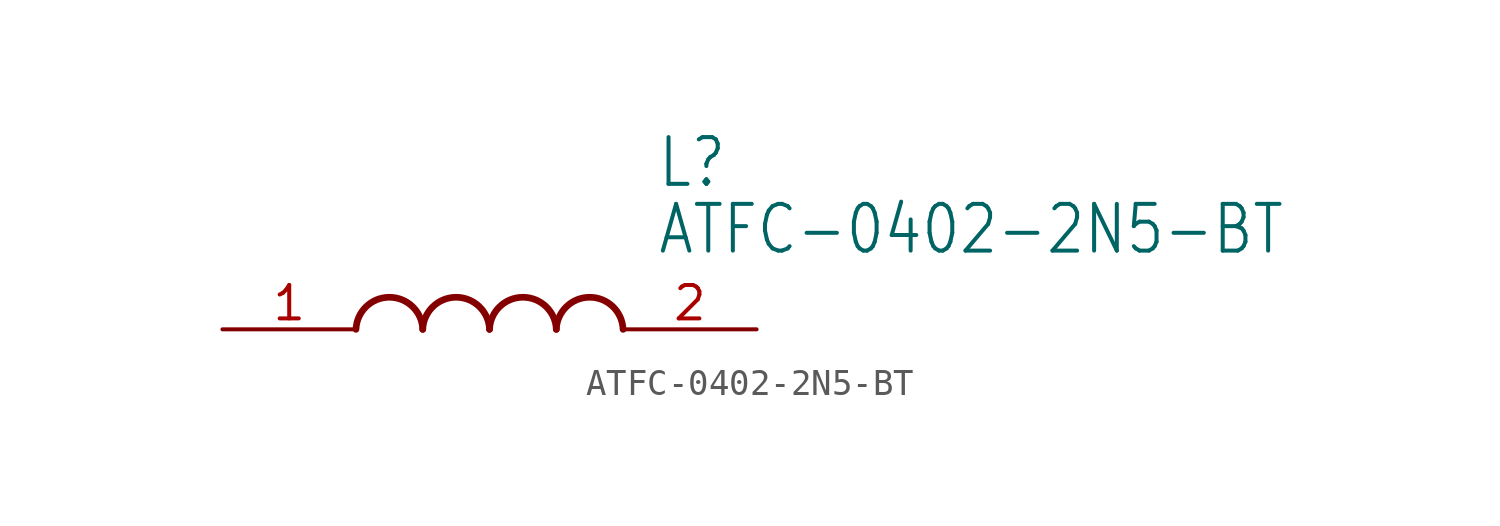
<source format=kicad_sym>
(kicad_symbol_lib
  (version 20211014)
  (generator kicad_symbol_editor)
  (symbol "ATFC-0402-2N5-BT"
    (property "Reference" "L"
      (at 16.51 6.35 0)
      (effects (font (size 1.778 1.511)) (justify left)))
    (property "Value" "ATFC-0402-2N5-BT"
      (at 16.51 3.81 0)
      (effects (font (size 1.778 1.511)) (justify left)))
    (property "ki_locked" ""
      (at 0 0 0)
      (effects (font (size 1.27 1.27))))
    (symbol "ATFC-0402-2N5-BT_1_0"
      (arc (start 7.62 0) (mid 6.35 1.22) (end 5.08 0) (stroke (width 0.254) (type default) (color 0 0 0 0)) (fill (type none)))
      (arc (start 10.16 0) (mid 8.89 1.22) (end 7.62 0) (stroke (width 0.254) (type default) (color 0 0 0 0)) (fill (type none)))
      (arc (start 12.7 0) (mid 11.43 1.22) (end 10.16 0) (stroke (width 0.254) (type default) (color 0 0 0 0)) (fill (type none)))
      (arc (start 15.24 0) (mid 13.97 1.22) (end 12.7 0) (stroke (width 0.254) (type default) (color 0 0 0 0)) (fill (type none)))
      (pin bidirectional line (at 0 0 0) (length 5.08) (name "1" (effects (font (size 0 0)))) (number "1" (effects (font (size 1.27 1.27)))))
      (pin bidirectional line (at 20.32 0 180) (length 5.08) (name "2" (effects (font (size 0 0)))) (number "2" (effects (font (size 1.27 1.27))))))))
</source>
